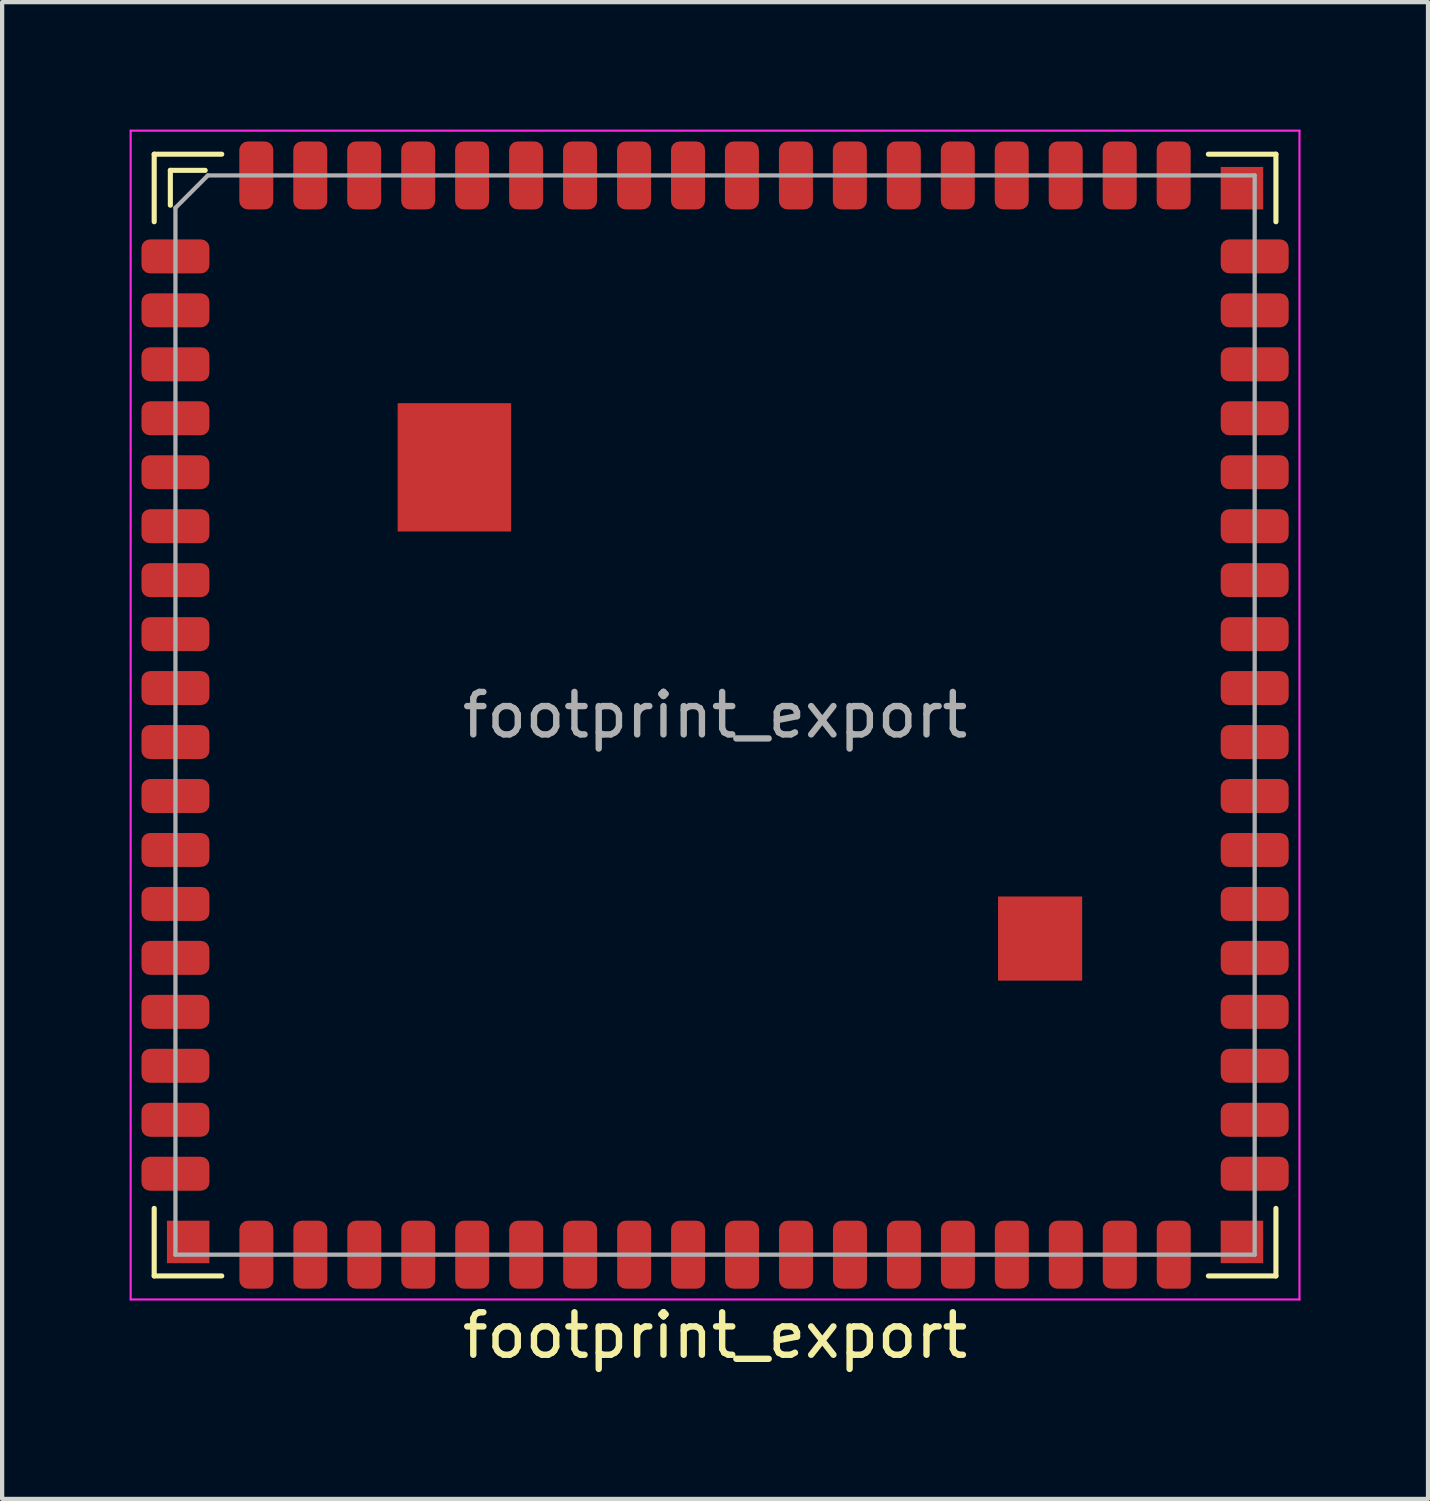
<source format=kicad_pcb>
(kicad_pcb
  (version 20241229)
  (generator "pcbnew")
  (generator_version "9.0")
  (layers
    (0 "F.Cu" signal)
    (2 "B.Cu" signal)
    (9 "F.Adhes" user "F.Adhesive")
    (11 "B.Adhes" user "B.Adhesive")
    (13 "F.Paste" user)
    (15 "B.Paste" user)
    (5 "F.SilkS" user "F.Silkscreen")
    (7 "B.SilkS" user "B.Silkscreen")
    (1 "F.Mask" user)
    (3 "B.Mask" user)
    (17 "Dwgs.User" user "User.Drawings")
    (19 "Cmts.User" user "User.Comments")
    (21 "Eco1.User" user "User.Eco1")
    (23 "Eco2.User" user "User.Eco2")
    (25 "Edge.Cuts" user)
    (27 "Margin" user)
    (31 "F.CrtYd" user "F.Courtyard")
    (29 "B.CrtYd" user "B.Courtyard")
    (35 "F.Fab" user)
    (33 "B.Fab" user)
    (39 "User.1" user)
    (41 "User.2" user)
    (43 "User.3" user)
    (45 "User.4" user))
  (footprint "footprint_export"
    (layer "F.Cu")
    (at 13.779 13.779)
    (property "Reference" "footprint_export" (at 0 14.6 0) (layer "F.SilkS") (effects (font (size 1 1) (thickness 0.15))))
    (attr smd)
    (fp_line (start -13.2 -13.2) (end -13.2 -11.61) (stroke (width 0.12) (type solid)) (layer "F.SilkS"))
    (fp_line (start -13.2 13.2) (end -13.2 11.61) (stroke (width 0.12) (type solid)) (layer "F.SilkS"))
    (fp_line (start -12.82 -12.82) (end -12.82 -12) (stroke (width 0.12) (type solid)) (layer "F.SilkS"))
    (fp_line (start -12 -12.82) (end -12.82 -12.82) (stroke (width 0.12) (type solid)) (layer "F.SilkS"))
    (fp_line (start -11.61 -13.2) (end -13.2 -13.2) (stroke (width 0.12) (type solid)) (layer "F.SilkS"))
    (fp_line (start -11.61 13.2) (end -13.2 13.2) (stroke (width 0.12) (type solid)) (layer "F.SilkS"))
    (fp_line (start 11.61 13.2) (end 13.2 13.2) (stroke (width 0.12) (type solid)) (layer "F.SilkS"))
    (fp_line (start 13.2 -13.2) (end 11.61 -13.2) (stroke (width 0.12) (type solid)) (layer "F.SilkS"))
    (fp_line (start 13.2 -11.61) (end 13.2 -13.2) (stroke (width 0.12) (type solid)) (layer "F.SilkS"))
    (fp_line (start 13.2 13.2) (end 13.2 11.61) (stroke (width 0.12) (type solid)) (layer "F.SilkS"))
    (fp_line (start -13.754 -13.754) (end 13.754 -13.754) (stroke (width 0.05) (type solid)) (layer "F.CrtYd"))
    (fp_line (start -13.754 13.754) (end -13.754 -13.754) (stroke (width 0.05) (type solid)) (layer "F.CrtYd"))
    (fp_line (start 13.754 -13.754) (end 13.754 13.754) (stroke (width 0.05) (type solid)) (layer "F.CrtYd"))
    (fp_line (start 13.754 13.754) (end -13.754 13.754) (stroke (width 0.05) (type solid)) (layer "F.CrtYd"))
    (fp_line (start -12.7 -11.938) (end -11.938 -12.7) (stroke (width 0.1) (type solid)) (layer "F.Fab"))
    (fp_line (start -12.7 12.7) (end -12.7 -11.938) (stroke (width 0.1) (type solid)) (layer "F.Fab"))
    (fp_line (start -11.938 -12.7) (end 12.7 -12.7) (stroke (width 0.1) (type solid)) (layer "F.Fab"))
    (fp_line (start 12.7 -12.7) (end 12.7 12.7) (stroke (width 0.1) (type solid)) (layer "F.Fab"))
    (fp_line (start 12.7 12.7) (end -12.7 12.7) (stroke (width 0.1) (type solid)) (layer "F.Fab"))
    (fp_text user "${REFERENCE}" (at 0 0 0) (layer "F.Fab") (effects (font (size 1 1) (thickness 0.15))))
    (pad "" smd roundrect (at -6.8 -6.582) (size 1.18 1.355) (layers "F.Paste") (roundrect_rratio 0.25))
    (pad "" smd roundrect (at -6.8 -5.077) (size 1.18 1.355) (layers "F.Paste") (roundrect_rratio 0.25))
    (pad "" smd roundrect (at -5.47 -6.582) (size 1.18 1.355) (layers "F.Paste") (roundrect_rratio 0.25))
    (pad "" smd roundrect (at -5.47 -5.077) (size 1.18 1.355) (layers "F.Paste") (roundrect_rratio 0.25))
    (pad "" smd roundrect (at 7.157 4.762) (size 0.835 0.835) (layers "F.Paste") (roundrect_rratio 0.25))
    (pad "" smd roundrect (at 7.157 5.753) (size 0.835 0.835) (layers "F.Paste") (roundrect_rratio 0.25))
    (pad "" smd roundrect (at 8.143 4.762) (size 0.835 0.835) (layers "F.Paste") (roundrect_rratio 0.25))
    (pad "" smd roundrect (at 8.143 5.753) (size 0.835 0.835) (layers "F.Paste") (roundrect_rratio 0.25))
    (pad "1" smd roundrect (at -12.7 -10.795) (size 1.6 0.8) (layers "F.Cu" "F.Mask" "F.Paste") (roundrect_rratio 0.25))
    (pad "2" smd roundrect (at -12.7 -9.525) (size 1.6 0.8) (layers "F.Cu" "F.Mask" "F.Paste") (roundrect_rratio 0.25))
    (pad "3" smd roundrect (at -12.7 -8.255) (size 1.6 0.8) (layers "F.Cu" "F.Mask" "F.Paste") (roundrect_rratio 0.25))
    (pad "4" smd roundrect (at -12.7 -6.985) (size 1.6 0.8) (layers "F.Cu" "F.Mask" "F.Paste") (roundrect_rratio 0.25))
    (pad "5" smd roundrect (at -12.7 -5.715) (size 1.6 0.8) (layers "F.Cu" "F.Mask" "F.Paste") (roundrect_rratio 0.25))
    (pad "6" smd roundrect (at -12.7 -4.445) (size 1.6 0.8) (layers "F.Cu" "F.Mask" "F.Paste") (roundrect_rratio 0.25))
    (pad "7" smd roundrect (at -12.7 -3.175) (size 1.6 0.8) (layers "F.Cu" "F.Mask" "F.Paste") (roundrect_rratio 0.25))
    (pad "8" smd roundrect (at -12.7 -1.905) (size 1.6 0.8) (layers "F.Cu" "F.Mask" "F.Paste") (roundrect_rratio 0.25))
    (pad "9" smd roundrect (at -12.7 -0.635) (size 1.6 0.8) (layers "F.Cu" "F.Mask" "F.Paste") (roundrect_rratio 0.25))
    (pad "10" smd roundrect (at -12.7 0.635) (size 1.6 0.8) (layers "F.Cu" "F.Mask" "F.Paste") (roundrect_rratio 0.25))
    (pad "11" smd roundrect (at -12.7 1.905) (size 1.6 0.8) (layers "F.Cu" "F.Mask" "F.Paste") (roundrect_rratio 0.25))
    (pad "12" smd roundrect (at -12.7 3.175) (size 1.6 0.8) (layers "F.Cu" "F.Mask" "F.Paste") (roundrect_rratio 0.25))
    (pad "13" smd roundrect (at -12.7 4.445) (size 1.6 0.8) (layers "F.Cu" "F.Mask" "F.Paste") (roundrect_rratio 0.25))
    (pad "14" smd roundrect (at -12.7 5.715) (size 1.6 0.8) (layers "F.Cu" "F.Mask" "F.Paste") (roundrect_rratio 0.25))
    (pad "15" smd roundrect (at -12.7 6.985) (size 1.6 0.8) (layers "F.Cu" "F.Mask" "F.Paste") (roundrect_rratio 0.25))
    (pad "16" smd roundrect (at -12.7 8.255) (size 1.6 0.8) (layers "F.Cu" "F.Mask" "F.Paste") (roundrect_rratio 0.25))
    (pad "17" smd roundrect (at -12.7 9.525) (size 1.6 0.8) (layers "F.Cu" "F.Mask" "F.Paste") (roundrect_rratio 0.25))
    (pad "18" smd roundrect (at -12.7 10.795) (size 1.6 0.8) (layers "F.Cu" "F.Mask" "F.Paste") (roundrect_rratio 0.25))
    (pad "19" smd roundrect (at -10.795 12.7 90) (size 1.6 0.8) (layers "F.Cu" "F.Mask" "F.Paste") (roundrect_rratio 0.25))
    (pad "20" smd roundrect (at -9.525 12.7 90) (size 1.6 0.8) (layers "F.Cu" "F.Mask" "F.Paste") (roundrect_rratio 0.25))
    (pad "21" smd roundrect (at -8.255 12.7 90) (size 1.6 0.8) (layers "F.Cu" "F.Mask" "F.Paste") (roundrect_rratio 0.25))
    (pad "22" smd roundrect (at -6.985 12.7 90) (size 1.6 0.8) (layers "F.Cu" "F.Mask" "F.Paste") (roundrect_rratio 0.25))
    (pad "23" smd roundrect (at -5.715 12.7 90) (size 1.6 0.8) (layers "F.Cu" "F.Mask" "F.Paste") (roundrect_rratio 0.25))
    (pad "24" smd roundrect (at -4.445 12.7 90) (size 1.6 0.8) (layers "F.Cu" "F.Mask" "F.Paste") (roundrect_rratio 0.25))
    (pad "25" smd roundrect (at -3.175 12.7 90) (size 1.6 0.8) (layers "F.Cu" "F.Mask" "F.Paste") (roundrect_rratio 0.25))
    (pad "26" smd roundrect (at -1.905 12.7 90) (size 1.6 0.8) (layers "F.Cu" "F.Mask" "F.Paste") (roundrect_rratio 0.25))
    (pad "27" smd roundrect (at -0.635 12.7 90) (size 1.6 0.8) (layers "F.Cu" "F.Mask" "F.Paste") (roundrect_rratio 0.25))
    (pad "28" smd roundrect (at 0.635 12.7 90) (size 1.6 0.8) (layers "F.Cu" "F.Mask" "F.Paste") (roundrect_rratio 0.25))
    (pad "29" smd roundrect (at 1.905 12.7 90) (size 1.6 0.8) (layers "F.Cu" "F.Mask" "F.Paste") (roundrect_rratio 0.25))
    (pad "30" smd roundrect (at 3.175 12.7 90) (size 1.6 0.8) (layers "F.Cu" "F.Mask" "F.Paste") (roundrect_rratio 0.25))
    (pad "31" smd roundrect (at 4.445 12.7 90) (size 1.6 0.8) (layers "F.Cu" "F.Mask" "F.Paste") (roundrect_rratio 0.25))
    (pad "32" smd roundrect (at 5.715 12.7 90) (size 1.6 0.8) (layers "F.Cu" "F.Mask" "F.Paste") (roundrect_rratio 0.25))
    (pad "33" smd roundrect (at 6.985 12.7 90) (size 1.6 0.8) (layers "F.Cu" "F.Mask" "F.Paste") (roundrect_rratio 0.25))
    (pad "34" smd roundrect (at 8.255 12.7 90) (size 1.6 0.8) (layers "F.Cu" "F.Mask" "F.Paste") (roundrect_rratio 0.25))
    (pad "35" smd roundrect (at 9.525 12.7 90) (size 1.6 0.8) (layers "F.Cu" "F.Mask" "F.Paste") (roundrect_rratio 0.25))
    (pad "36" smd roundrect (at 10.795 12.7 90) (size 1.6 0.8) (layers "F.Cu" "F.Mask" "F.Paste") (roundrect_rratio 0.25))
    (pad "37" smd roundrect (at 12.7 10.795 180) (size 1.6 0.8) (layers "F.Cu" "F.Mask" "F.Paste") (roundrect_rratio 0.25))
    (pad "38" smd roundrect (at 12.7 9.525 180) (size 1.6 0.8) (layers "F.Cu" "F.Mask" "F.Paste") (roundrect_rratio 0.25))
    (pad "39" smd roundrect (at 12.7 8.255 180) (size 1.6 0.8) (layers "F.Cu" "F.Mask" "F.Paste") (roundrect_rratio 0.25))
    (pad "40" smd roundrect (at 12.7 6.985 180) (size 1.6 0.8) (layers "F.Cu" "F.Mask" "F.Paste") (roundrect_rratio 0.25))
    (pad "41" smd roundrect (at 12.7 5.715 180) (size 1.6 0.8) (layers "F.Cu" "F.Mask" "F.Paste") (roundrect_rratio 0.25))
    (pad "42" smd roundrect (at 12.7 4.445 180) (size 1.6 0.8) (layers "F.Cu" "F.Mask" "F.Paste") (roundrect_rratio 0.25))
    (pad "43" smd roundrect (at 12.7 3.175 180) (size 1.6 0.8) (layers "F.Cu" "F.Mask" "F.Paste") (roundrect_rratio 0.25))
    (pad "44" smd roundrect (at 12.7 1.905 180) (size 1.6 0.8) (layers "F.Cu" "F.Mask" "F.Paste") (roundrect_rratio 0.25))
    (pad "45" smd roundrect (at 12.7 0.635 180) (size 1.6 0.8) (layers "F.Cu" "F.Mask" "F.Paste") (roundrect_rratio 0.25))
    (pad "46" smd roundrect (at 12.7 -0.635 180) (size 1.6 0.8) (layers "F.Cu" "F.Mask" "F.Paste") (roundrect_rratio 0.25))
    (pad "47" smd roundrect (at 12.7 -1.905 180) (size 1.6 0.8) (layers "F.Cu" "F.Mask" "F.Paste") (roundrect_rratio 0.25))
    (pad "48" smd roundrect (at 12.7 -3.175 180) (size 1.6 0.8) (layers "F.Cu" "F.Mask" "F.Paste") (roundrect_rratio 0.25))
    (pad "49" smd roundrect (at 12.7 -4.445 180) (size 1.6 0.8) (layers "F.Cu" "F.Mask" "F.Paste") (roundrect_rratio 0.25))
    (pad "50" smd roundrect (at 12.7 -5.715 180) (size 1.6 0.8) (layers "F.Cu" "F.Mask" "F.Paste") (roundrect_rratio 0.25))
    (pad "51" smd roundrect (at 12.7 -6.985 180) (size 1.6 0.8) (layers "F.Cu" "F.Mask" "F.Paste") (roundrect_rratio 0.25))
    (pad "52" smd roundrect (at 12.7 -8.255 180) (size 1.6 0.8) (layers "F.Cu" "F.Mask" "F.Paste") (roundrect_rratio 0.25))
    (pad "53" smd roundrect (at 12.7 -9.525 180) (size 1.6 0.8) (layers "F.Cu" "F.Mask" "F.Paste") (roundrect_rratio 0.25))
    (pad "54" smd roundrect (at 12.7 -10.795 180) (size 1.6 0.8) (layers "F.Cu" "F.Mask" "F.Paste") (roundrect_rratio 0.25))
    (pad "55" smd roundrect (at 10.793 -12.7 270) (size 1.6 0.8) (layers "F.Cu" "F.Mask" "F.Paste") (roundrect_rratio 0.25))
    (pad "56" smd roundrect (at 9.523 -12.7 270) (size 1.6 0.8) (layers "F.Cu" "F.Mask" "F.Paste") (roundrect_rratio 0.25))
    (pad "57" smd roundrect (at 8.252 -12.7 270) (size 1.6 0.8) (layers "F.Cu" "F.Mask" "F.Paste") (roundrect_rratio 0.25))
    (pad "58" smd roundrect (at 6.982 -12.7 270) (size 1.6 0.8) (layers "F.Cu" "F.Mask" "F.Paste") (roundrect_rratio 0.25))
    (pad "59" smd roundrect (at 5.713 -12.7 270) (size 1.6 0.8) (layers "F.Cu" "F.Mask" "F.Paste") (roundrect_rratio 0.25))
    (pad "60" smd roundrect (at 4.442 -12.7 270) (size 1.6 0.8) (layers "F.Cu" "F.Mask" "F.Paste") (roundrect_rratio 0.25))
    (pad "61" smd roundrect (at 3.172 -12.7 270) (size 1.6 0.8) (layers "F.Cu" "F.Mask" "F.Paste") (roundrect_rratio 0.25))
    (pad "62" smd roundrect (at 1.903 -12.7 270) (size 1.6 0.8) (layers "F.Cu" "F.Mask" "F.Paste") (roundrect_rratio 0.25))
    (pad "63" smd roundrect (at 0.632 -12.7 270) (size 1.6 0.8) (layers "F.Cu" "F.Mask" "F.Paste") (roundrect_rratio 0.25))
    (pad "64" smd roundrect (at -0.637 -12.7 270) (size 1.6 0.8) (layers "F.Cu" "F.Mask" "F.Paste") (roundrect_rratio 0.25))
    (pad "65" smd roundrect (at -1.907 -12.7 270) (size 1.6 0.8) (layers "F.Cu" "F.Mask" "F.Paste") (roundrect_rratio 0.25))
    (pad "66" smd roundrect (at -3.178 -12.7 270) (size 1.6 0.8) (layers "F.Cu" "F.Mask" "F.Paste") (roundrect_rratio 0.25))
    (pad "67" smd roundrect (at -4.447 -12.7 270) (size 1.6 0.8) (layers "F.Cu" "F.Mask" "F.Paste") (roundrect_rratio 0.25))
    (pad "68" smd roundrect (at -5.718 -12.7 270) (size 1.6 0.8) (layers "F.Cu" "F.Mask" "F.Paste") (roundrect_rratio 0.25))
    (pad "69" smd roundrect (at -6.987 -12.7 270) (size 1.6 0.8) (layers "F.Cu" "F.Mask" "F.Paste") (roundrect_rratio 0.25))
    (pad "70" smd roundrect (at -8.258 -12.7 270) (size 1.6 0.8) (layers "F.Cu" "F.Mask" "F.Paste") (roundrect_rratio 0.25))
    (pad "71" smd roundrect (at -9.527 -12.7 270) (size 1.6 0.8) (layers "F.Cu" "F.Mask" "F.Paste") (roundrect_rratio 0.25))
    (pad "72" smd roundrect (at -10.797 -12.7 270) (size 1.6 0.8) (layers "F.Cu" "F.Mask" "F.Paste") (roundrect_rratio 0.25))
    (pad "73" smd rect (at -6.135 -5.83) (size 2.67 3.02) (layers "F.Cu" "F.Mask"))
    (pad "74" smd rect (at 7.65 5.26) (size 1.98 1.98) (layers "F.Cu" "F.Mask"))
    (pad "75" smd rect (at 12.4 12.4 90) (size 1 1) (layers "F.Cu" "F.Mask" "F.Paste"))
    (pad "76" smd rect (at 12.4 -12.4 90) (size 1 1) (layers "F.Cu" "F.Mask" "F.Paste"))
    (pad "77" smd rect (at -12.4 12.4 90) (size 1 1) (layers "F.Cu" "F.Mask" "F.Paste")))
  (gr_rect
    (start -3 -3)
    (end 30.558 32.227)
    (stroke (width 0.1) (type default))
    (fill no)
    (layer "Edge.Cuts")))
</source>
